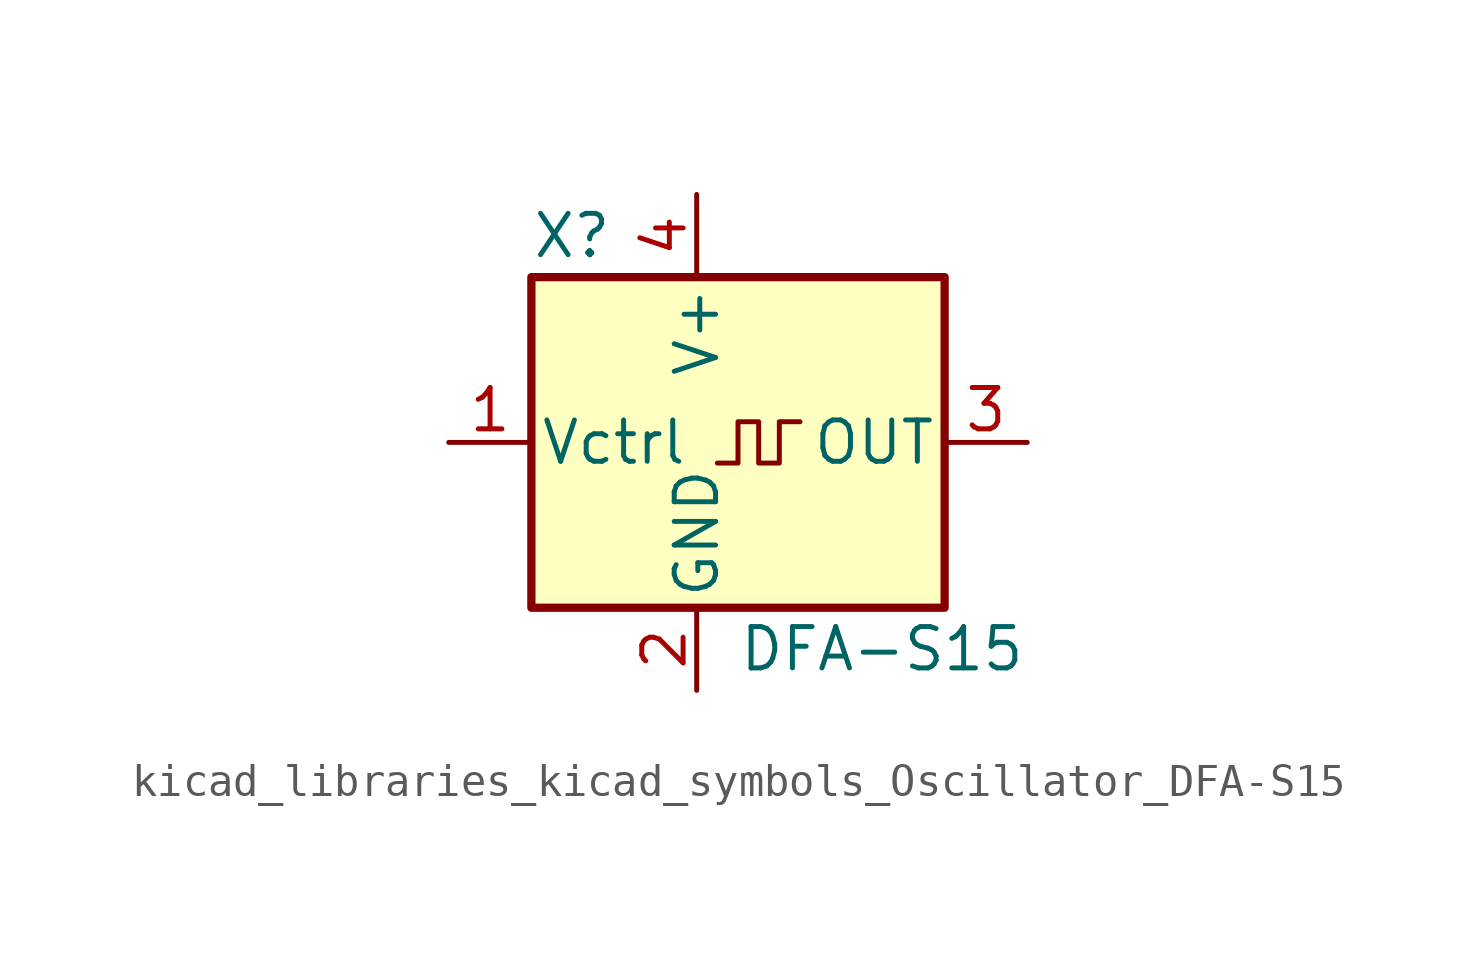
<source format=kicad_sym>
(kicad_symbol_lib
  (version 20220914)
  (generator kicad_symbol_editor)
  (symbol "kicad_libraries_kicad_symbols_Oscillator_DFA-S15"
    (pin_names
      (offset 0.254))
    (property "Reference" "X"
      (at -5.08 6.35 0)
      (effects (font (size 1.27 1.27)) (justify left)))
    (property "Value" "DFA-S15"
      (at 1.27 -6.35 0)
      (effects (font (size 1.27 1.27)) (justify left)))
    (symbol "kicad_libraries_kicad_symbols_Oscillator_DFA-S15_0_1"
      (rectangle (start -5.08 5.08) (end 7.62 -5.08) (stroke (width 0.254) (type default)) (fill (type background)))
      (polyline (pts (xy 0.635 -0.635) (xy 1.27 -0.635) (xy 1.27 0.635) (xy 1.905 0.635) (xy 1.905 -0.635) (xy 2.54 -0.635) (xy 2.54 0.635) (xy 3.175 0.635)) (stroke (width 0) (type default)) (fill (type none))))
    (symbol "kicad_libraries_kicad_symbols_Oscillator_DFA-S15_1_1"
      (pin input line (at -7.62 0 0) (length 2.54) (name "Vctrl" (effects (font (size 1.27 1.27)))) (number "1" (effects (font (size 1.27 1.27)))))
      (pin power_in line (at 0 -7.62 90) (length 2.54) (name "GND" (effects (font (size 1.27 1.27)))) (number "2" (effects (font (size 1.27 1.27)))))
      (pin output line (at 10.16 0 180) (length 2.54) (name "OUT" (effects (font (size 1.27 1.27)))) (number "3" (effects (font (size 1.27 1.27)))))
      (pin power_in line (at 0 7.62 270) (length 2.54) (name "V+" (effects (font (size 1.27 1.27)))) (number "4" (effects (font (size 1.27 1.27))))))))
</source>
